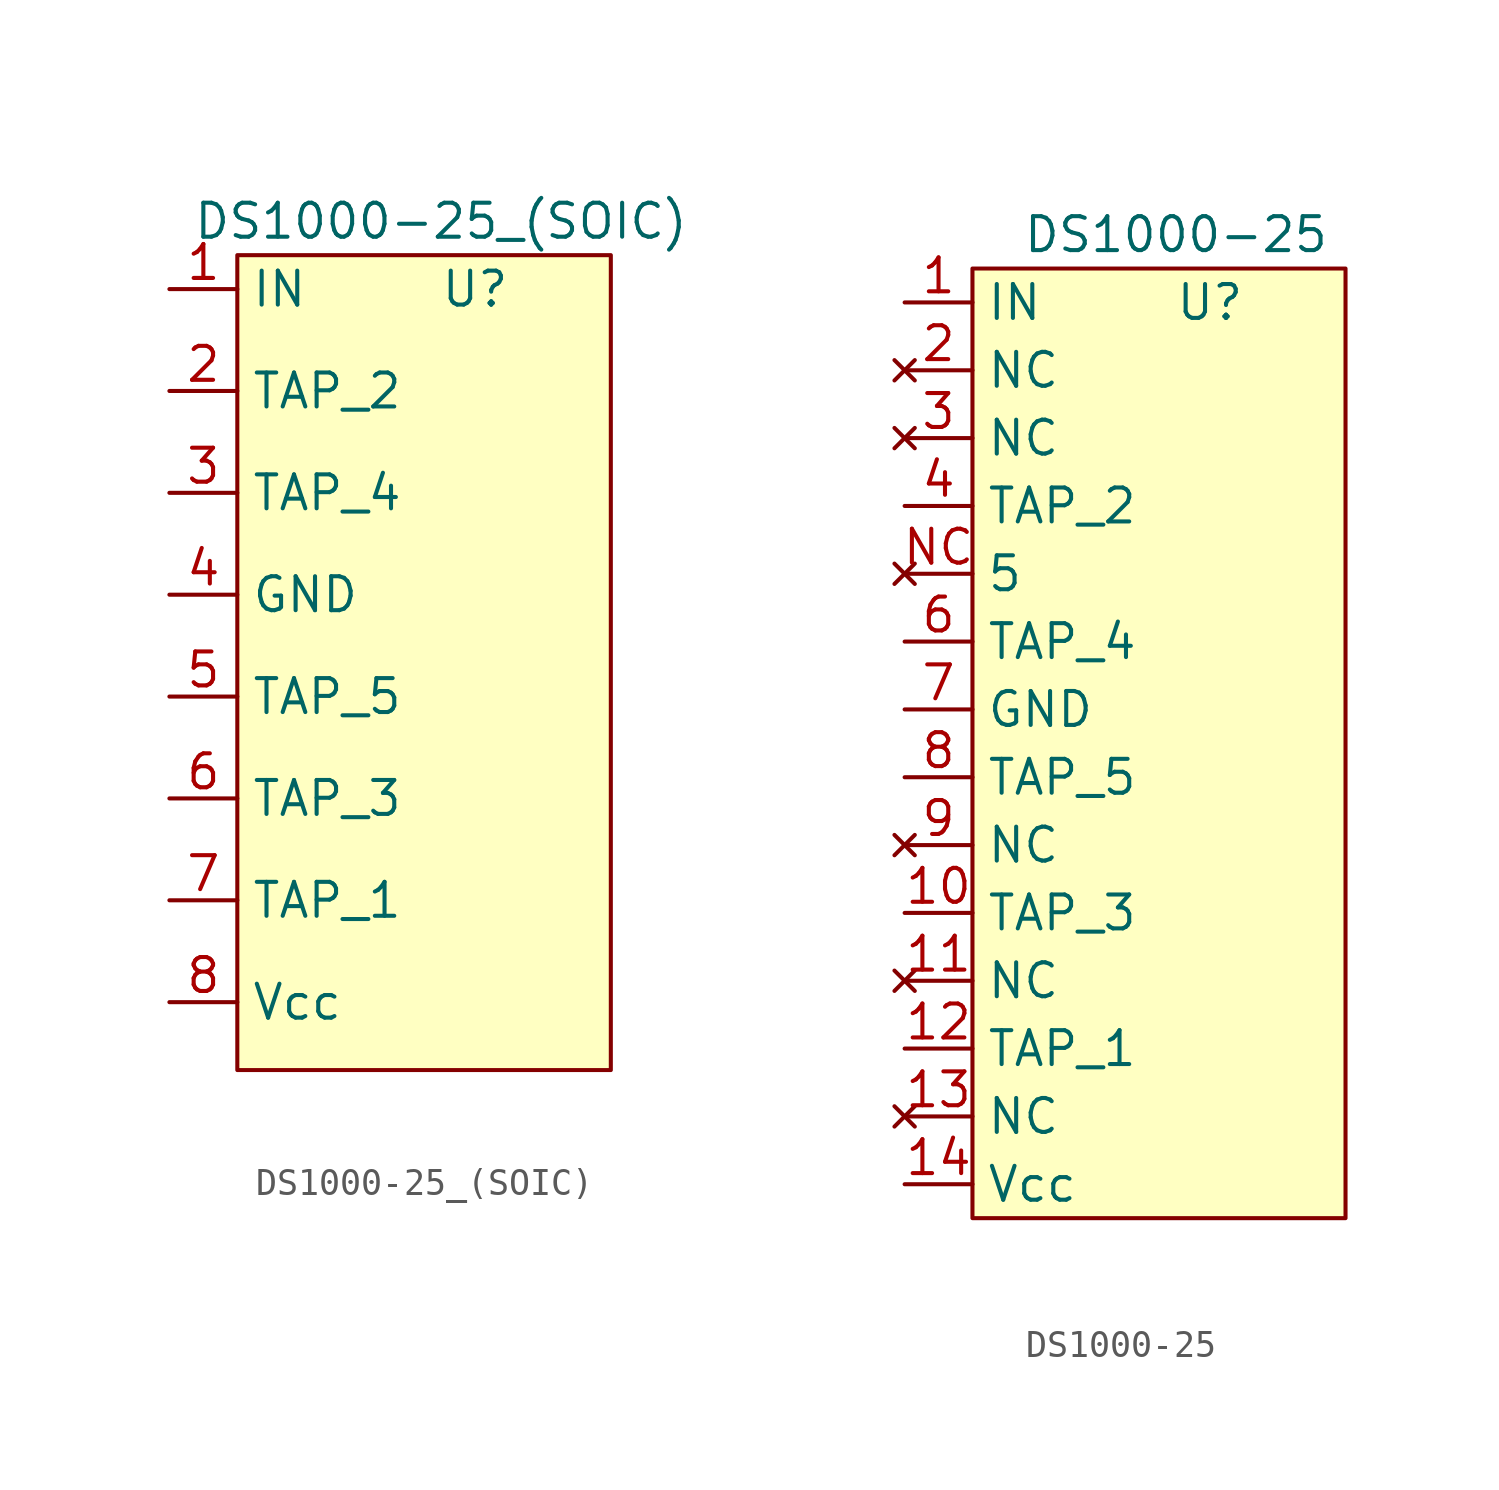
<source format=kicad_sym>
(kicad_symbol_lib
  (version 20201005)
  (generator kicad_symbol_editor)
  (symbol "Delay_Lines:DS1000-25_(SOIC)"
    (property "Reference" "U"
      (at 2.54 -1.27 0)
      (effects (font (size 1.27 1.27))))
    (property "Value" "DS1000-25_(SOIC)"
      (at 1.27 1.27 0)
      (effects (font (size 1.27 1.27))))
    (symbol "DS1000-25_(SOIC)_0_1"
      (rectangle (start -6.35 0) (end 7.62 -30.48) (stroke (width 0.152)) (fill (type background))))
    (symbol "DS1000-25_(SOIC)_1_1"
      (pin input line (at -8.89 -1.27 0) (length 2.54) (name "IN" (effects (font (size 1.27 1.27)))) (number "1" (effects (font (size 1.27 1.27)))))
      (pin output line (at -8.89 -5.08 0) (length 2.54) (name "TAP_2" (effects (font (size 1.27 1.27)))) (number "2" (effects (font (size 1.27 1.27)))))
      (pin output line (at -8.89 -8.89 0) (length 2.54) (name "TAP_4" (effects (font (size 1.27 1.27)))) (number "3" (effects (font (size 1.27 1.27)))))
      (pin input line (at -8.89 -12.7 0) (length 2.54) (name "GND" (effects (font (size 1.27 1.27)))) (number "4" (effects (font (size 1.27 1.27)))))
      (pin output line (at -8.89 -16.51 0) (length 2.54) (name "TAP_5" (effects (font (size 1.27 1.27)))) (number "5" (effects (font (size 1.27 1.27)))))
      (pin output line (at -8.89 -20.32 0) (length 2.54) (name "TAP_3" (effects (font (size 1.27 1.27)))) (number "6" (effects (font (size 1.27 1.27)))))
      (pin output line (at -8.89 -24.13 0) (length 2.54) (name "TAP_1" (effects (font (size 1.27 1.27)))) (number "7" (effects (font (size 1.27 1.27)))))
      (pin input line (at -8.89 -27.94 0) (length 2.54) (name "Vcc" (effects (font (size 1.27 1.27)))) (number "8" (effects (font (size 1.27 1.27)))))))
  (symbol "Delay_Lines:DS1000-25"
    (property "Reference" "U"
      (at 2.54 -1.27 0)
      (effects (font (size 1.27 1.27))))
    (property "Value" "DS1000-25"
      (at 1.27 1.27 0)
      (effects (font (size 1.27 1.27))))
    (symbol "DS1000-25_0_1"
      (rectangle (start 7.62 -35.56) (end -6.35 0) (stroke (width 0.152)) (fill (type background))))
    (symbol "DS1000-25_1_1"
      (pin input line (at -8.89 -1.27 0) (length 2.54) (name "IN" (effects (font (size 1.27 1.27)))) (number "1" (effects (font (size 1.27 1.27)))))
      (pin output line (at -8.89 -24.13 0) (length 2.54) (name "TAP_3" (effects (font (size 1.27 1.27)))) (number "10" (effects (font (size 1.27 1.27)))))
      (pin no_connect line (at -8.89 -26.67 0) (length 2.54) (name "NC" (effects (font (size 1.27 1.27)))) (number "11" (effects (font (size 1.27 1.27)))))
      (pin output line (at -8.89 -29.21 0) (length 2.54) (name "TAP_1" (effects (font (size 1.27 1.27)))) (number "12" (effects (font (size 1.27 1.27)))))
      (pin no_connect line (at -8.89 -31.75 0) (length 2.54) (name "NC" (effects (font (size 1.27 1.27)))) (number "13" (effects (font (size 1.27 1.27)))))
      (pin input line (at -8.89 -34.29 0) (length 2.54) (name "Vcc" (effects (font (size 1.27 1.27)))) (number "14" (effects (font (size 1.27 1.27)))))
      (pin no_connect line (at -8.89 -3.81 0) (length 2.54) (name "NC" (effects (font (size 1.27 1.27)))) (number "2" (effects (font (size 1.27 1.27)))))
      (pin no_connect line (at -8.89 -6.35 0) (length 2.54) (name "NC" (effects (font (size 1.27 1.27)))) (number "3" (effects (font (size 1.27 1.27)))))
      (pin output line (at -8.89 -8.89 0) (length 2.54) (name "TAP_2" (effects (font (size 1.27 1.27)))) (number "4" (effects (font (size 1.27 1.27)))))
      (pin output line (at -8.89 -13.97 0) (length 2.54) (name "TAP_4" (effects (font (size 1.27 1.27)))) (number "6" (effects (font (size 1.27 1.27)))))
      (pin input line (at -8.89 -16.51 0) (length 2.54) (name "GND" (effects (font (size 1.27 1.27)))) (number "7" (effects (font (size 1.27 1.27)))))
      (pin output line (at -8.89 -19.05 0) (length 2.54) (name "TAP_5" (effects (font (size 1.27 1.27)))) (number "8" (effects (font (size 1.27 1.27)))))
      (pin no_connect line (at -8.89 -21.59 0) (length 2.54) (name "NC" (effects (font (size 1.27 1.27)))) (number "9" (effects (font (size 1.27 1.27)))))
      (pin no_connect line (at -8.89 -11.43 0) (length 2.54) (name "5" (effects (font (size 1.27 1.27)))) (number "NC" (effects (font (size 1.27 1.27))))))))
</source>
